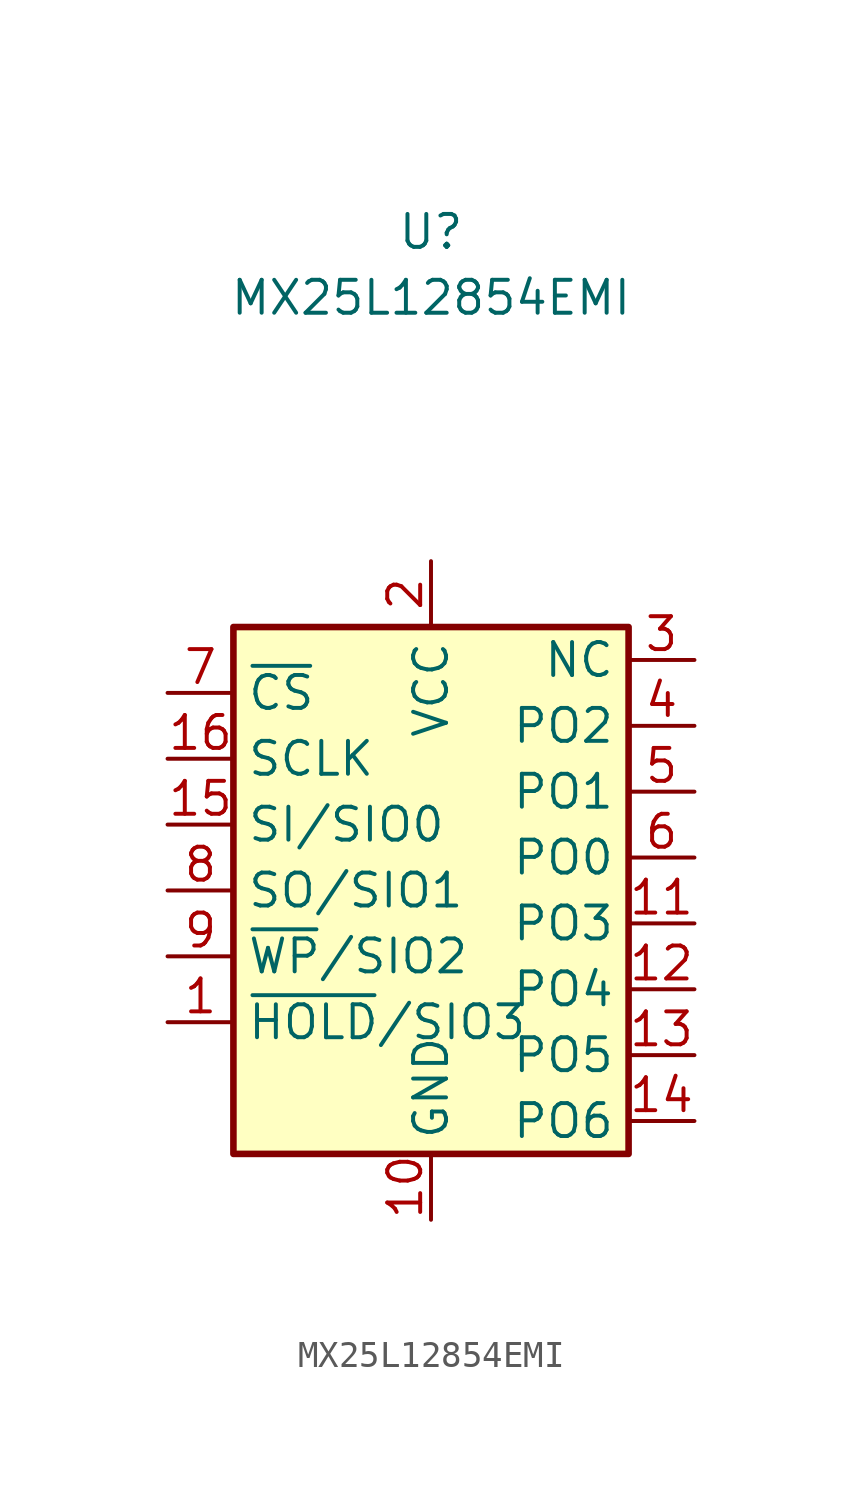
<source format=kicad_sym>
(kicad_symbol_lib
  (version 20220914)
  (generator kicad_symbol_editor)
  (symbol "MX25L12854EMI"
    (property "Reference" "U"
      (at -2.54 12.7 0)
      (effects (font (size 1.27 1.27))))
    (property "Value" "MX25L12854EMI"
      (at -2.54 10.16 0)
      (effects (font (size 1.27 1.27))))
    (symbol "MX25L12854EMI_0_1"
      (rectangle (start -10.16 -2.54) (end 5.08 -22.86) (stroke (width 0.254) (type default)) (fill (type background))))
    (symbol "MX25L12854EMI_1_1"
      (pin bidirectional line (at -12.7 -17.78 0) (length 2.54) (name "~{HOLD}/SIO3" (effects (font (size 1.27 1.27)))) (number "1" (effects (font (size 1.27 1.27)))))
      (pin power_in line (at -2.54 -25.4 90) (length 2.54) (name "GND" (effects (font (size 1.27 1.27)))) (number "10" (effects (font (size 1.27 1.27)))))
      (pin bidirectional line (at 7.62 -13.97 180) (length 2.54) (name "PO3" (effects (font (size 1.27 1.27)))) (number "11" (effects (font (size 1.27 1.27)))))
      (pin bidirectional line (at 7.62 -16.51 180) (length 2.54) (name "PO4" (effects (font (size 1.27 1.27)))) (number "12" (effects (font (size 1.27 1.27)))))
      (pin bidirectional line (at 7.62 -19.05 180) (length 2.54) (name "PO5" (effects (font (size 1.27 1.27)))) (number "13" (effects (font (size 1.27 1.27)))))
      (pin bidirectional line (at 7.62 -21.59 180) (length 2.54) (name "PO6" (effects (font (size 1.27 1.27)))) (number "14" (effects (font (size 1.27 1.27)))))
      (pin bidirectional line (at -12.7 -10.16 0) (length 2.54) (name "SI/SIO0" (effects (font (size 1.27 1.27)))) (number "15" (effects (font (size 1.27 1.27)))))
      (pin input line (at -12.7 -7.62 0) (length 2.54) (name "SCLK" (effects (font (size 1.27 1.27)))) (number "16" (effects (font (size 1.27 1.27)))))
      (pin power_in line (at -2.54 0 270) (length 2.54) (name "VCC" (effects (font (size 1.27 1.27)))) (number "2" (effects (font (size 1.27 1.27)))))
      (pin bidirectional line (at 7.62 -3.81 180) (length 2.54) (name "NC" (effects (font (size 1.27 1.27)))) (number "3" (effects (font (size 1.27 1.27)))))
      (pin bidirectional line (at 7.62 -6.35 180) (length 2.54) (name "PO2" (effects (font (size 1.27 1.27)))) (number "4" (effects (font (size 1.27 1.27)))))
      (pin bidirectional line (at 7.62 -8.89 180) (length 2.54) (name "PO1" (effects (font (size 1.27 1.27)))) (number "5" (effects (font (size 1.27 1.27)))))
      (pin bidirectional line (at 7.62 -11.43 180) (length 2.54) (name "PO0" (effects (font (size 1.27 1.27)))) (number "6" (effects (font (size 1.27 1.27)))))
      (pin input line (at -12.7 -5.08 0) (length 2.54) (name "~{CS}" (effects (font (size 1.27 1.27)))) (number "7" (effects (font (size 1.27 1.27)))))
      (pin bidirectional line (at -12.7 -12.7 0) (length 2.54) (name "SO/SIO1" (effects (font (size 1.27 1.27)))) (number "8" (effects (font (size 1.27 1.27)))))
      (pin bidirectional line (at -12.7 -15.24 0) (length 2.54) (name "~{WP}/SIO2" (effects (font (size 1.27 1.27)))) (number "9" (effects (font (size 1.27 1.27))))))))
</source>
